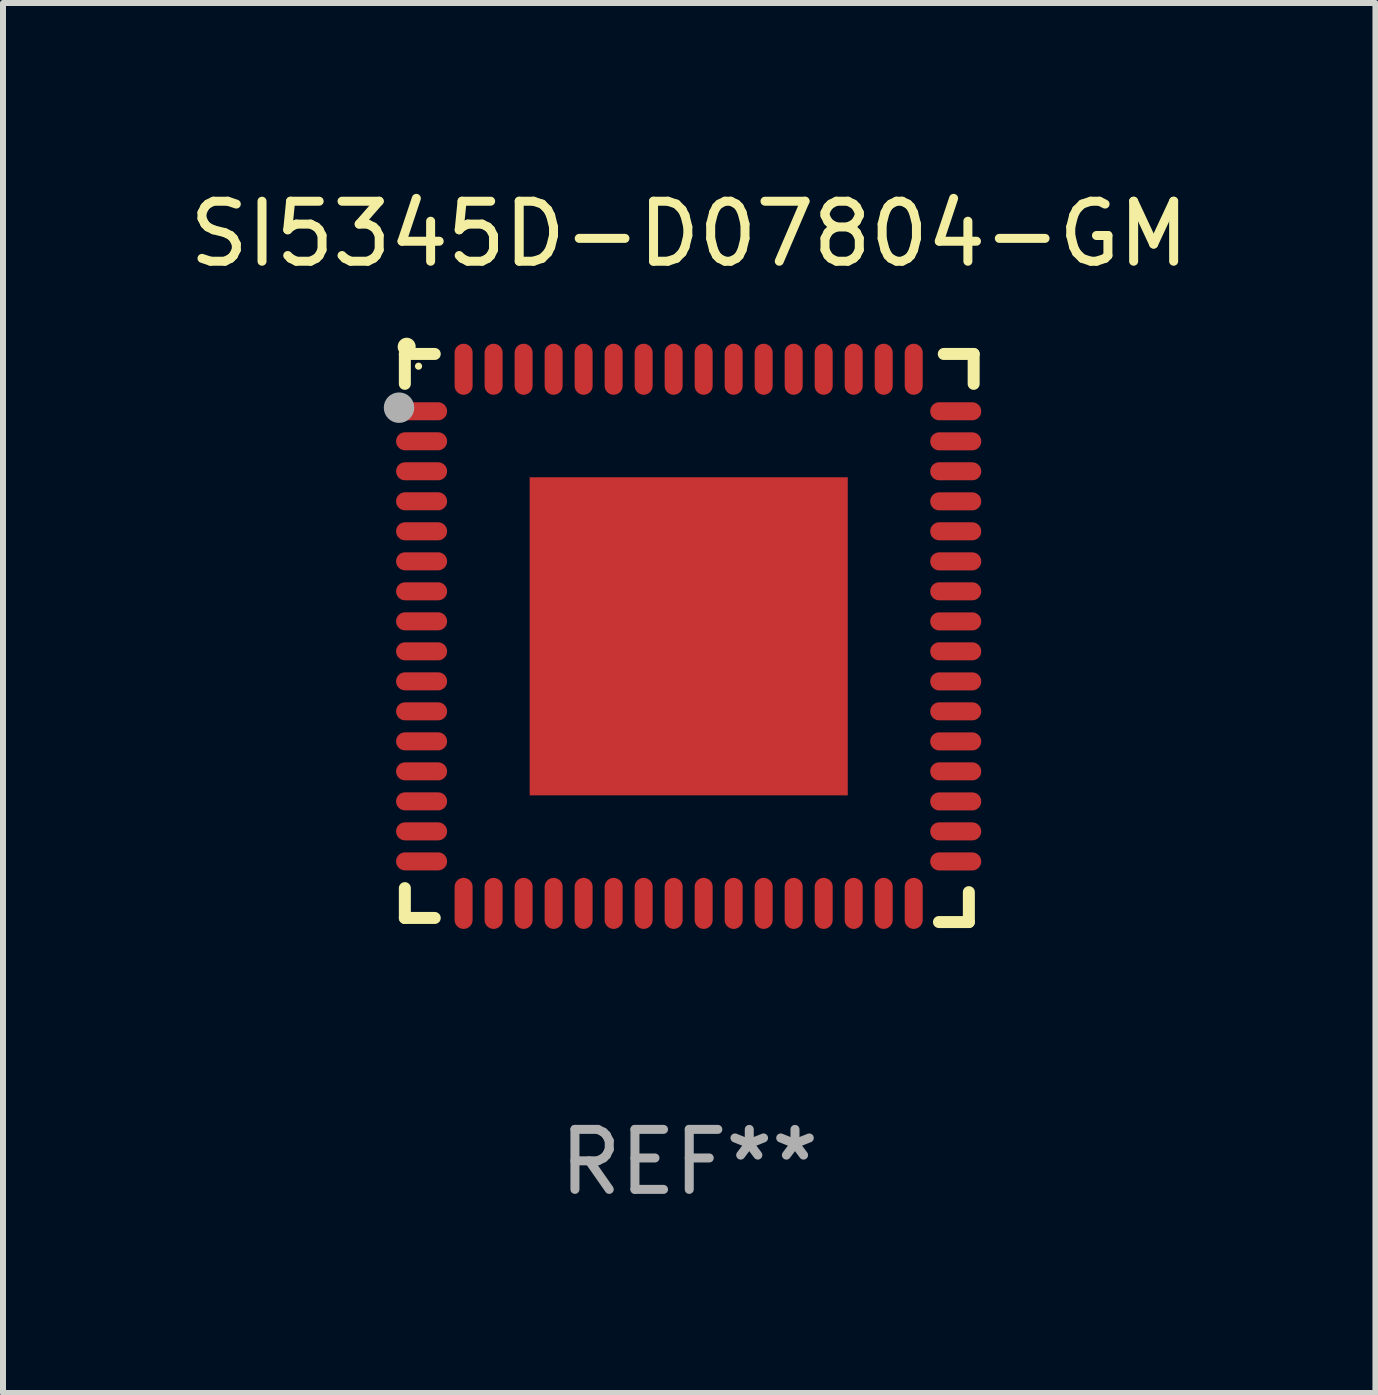
<source format=kicad_pcb>
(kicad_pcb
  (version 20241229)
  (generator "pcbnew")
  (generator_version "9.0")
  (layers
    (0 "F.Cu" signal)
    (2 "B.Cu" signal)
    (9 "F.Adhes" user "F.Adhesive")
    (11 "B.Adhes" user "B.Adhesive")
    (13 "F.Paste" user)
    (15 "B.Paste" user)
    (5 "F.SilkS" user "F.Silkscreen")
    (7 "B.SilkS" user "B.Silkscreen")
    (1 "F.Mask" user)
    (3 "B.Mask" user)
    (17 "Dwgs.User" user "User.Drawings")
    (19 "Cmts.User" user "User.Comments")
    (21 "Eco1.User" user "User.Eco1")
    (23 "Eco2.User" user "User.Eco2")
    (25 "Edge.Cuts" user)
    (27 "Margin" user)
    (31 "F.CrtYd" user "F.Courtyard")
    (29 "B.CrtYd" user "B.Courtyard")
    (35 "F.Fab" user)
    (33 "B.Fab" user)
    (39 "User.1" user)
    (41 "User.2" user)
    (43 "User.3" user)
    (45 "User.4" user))
  (footprint "SI5345D-D07804-GM"
    (layer "F.Cu")
    (at 8.435 7.581)
    (property "Reference" "SI5345D-D07804-GM" (at 0 -6.733 0) (layer "F.SilkS") (effects (font (size 1 1) (thickness 0.15))))
    (attr through_hole)
    (fp_line (start -4.739 -4.733) (end -4.241 -4.733) (stroke (width 0.2) (type solid)) (layer "F.SilkS"))
    (fp_line (start -4.739 -4.235) (end -4.739 -4.733) (stroke (width 0.2) (type solid)) (layer "F.SilkS"))
    (fp_line (start -4.739 4.168) (end -4.739 4.665) (stroke (width 0.2) (type solid)) (layer "F.SilkS"))
    (fp_line (start -4.739 4.665) (end -4.241 4.665) (stroke (width 0.2) (type solid)) (layer "F.SilkS"))
    (fp_line (start 4.161 4.733) (end 4.659 4.733) (stroke (width 0.2) (type solid)) (layer "F.SilkS"))
    (fp_line (start 4.241 -4.733) (end 4.739 -4.733) (stroke (width 0.2) (type solid)) (layer "F.SilkS"))
    (fp_line (start 4.659 4.733) (end 4.659 4.235) (stroke (width 0.2) (type solid)) (layer "F.SilkS"))
    (fp_line (start 4.739 -4.733) (end 4.739 -4.235) (stroke (width 0.2) (type solid)) (layer "F.SilkS"))
    (fp_arc (start -4.708623 -4.85108) (mid -4.708628 -4.85235) (end -4.708623 -4.85362) (stroke (width 0.3) (type solid)) (layer "F.SilkS"))
    (fp_circle (center -4.511 -4.529) (end -4.481 -4.529) (stroke (width 0.06) (type solid)) (fill no) (layer "F.SilkS"))
    (fp_circle (center -4.836 -3.838) (end -4.709 -3.838) (stroke (width 0.254) (type solid)) (fill no) (layer "F.Fab"))
    (fp_text user "REF**" (at 0 8.733 0) (layer "F.Fab") (effects (font (size 1 1) (thickness 0.15))))
    (pad "1" smd oval (at -4.46 -3.778) (size 0.85 0.3) (layers "F.Cu" "F.Mask" "F.Paste"))
    (pad "2" smd oval (at -4.46 -3.278) (size 0.85 0.3) (layers "F.Cu" "F.Mask" "F.Paste"))
    (pad "3" smd oval (at -4.46 -2.778) (size 0.85 0.3) (layers "F.Cu" "F.Mask" "F.Paste"))
    (pad "4" smd oval (at -4.46 -2.278) (size 0.85 0.3) (layers "F.Cu" "F.Mask" "F.Paste"))
    (pad "5" smd oval (at -4.46 -1.778) (size 0.85 0.3) (layers "F.Cu" "F.Mask" "F.Paste"))
    (pad "6" smd oval (at -4.46 -1.278) (size 0.85 0.3) (layers "F.Cu" "F.Mask" "F.Paste"))
    (pad "7" smd oval (at -4.46 -0.778) (size 0.85 0.3) (layers "F.Cu" "F.Mask" "F.Paste"))
    (pad "8" smd oval (at -4.46 -0.278) (size 0.85 0.3) (layers "F.Cu" "F.Mask" "F.Paste"))
    (pad "9" smd oval (at -4.46 0.222) (size 0.85 0.3) (layers "F.Cu" "F.Mask" "F.Paste"))
    (pad "10" smd oval (at -4.46 0.722) (size 0.85 0.3) (layers "F.Cu" "F.Mask" "F.Paste"))
    (pad "11" smd oval (at -4.46 1.222) (size 0.85 0.3) (layers "F.Cu" "F.Mask" "F.Paste"))
    (pad "12" smd oval (at -4.46 1.722) (size 0.85 0.3) (layers "F.Cu" "F.Mask" "F.Paste"))
    (pad "13" smd oval (at -4.46 2.222) (size 0.85 0.3) (layers "F.Cu" "F.Mask" "F.Paste"))
    (pad "14" smd oval (at -4.46 2.722) (size 0.85 0.3) (layers "F.Cu" "F.Mask" "F.Paste"))
    (pad "15" smd oval (at -4.46 3.222) (size 0.85 0.3) (layers "F.Cu" "F.Mask" "F.Paste"))
    (pad "16" smd oval (at -4.46 3.722) (size 0.85 0.3) (layers "F.Cu" "F.Mask" "F.Paste"))
    (pad "17" smd oval (at -3.76 4.422) (size 0.3 0.85) (layers "F.Cu" "F.Mask" "F.Paste"))
    (pad "18" smd oval (at -3.26 4.422) (size 0.3 0.85) (layers "F.Cu" "F.Mask" "F.Paste"))
    (pad "19" smd oval (at -2.76 4.422) (size 0.3 0.85) (layers "F.Cu" "F.Mask" "F.Paste"))
    (pad "20" smd oval (at -2.26 4.422) (size 0.3 0.85) (layers "F.Cu" "F.Mask" "F.Paste"))
    (pad "21" smd oval (at -1.76 4.422) (size 0.3 0.85) (layers "F.Cu" "F.Mask" "F.Paste"))
    (pad "22" smd oval (at -1.26 4.422) (size 0.3 0.85) (layers "F.Cu" "F.Mask" "F.Paste"))
    (pad "23" smd oval (at -0.76 4.422) (size 0.3 0.85) (layers "F.Cu" "F.Mask" "F.Paste"))
    (pad "24" smd oval (at -0.26 4.422) (size 0.3 0.85) (layers "F.Cu" "F.Mask" "F.Paste"))
    (pad "25" smd oval (at 0.24 4.422) (size 0.3 0.85) (layers "F.Cu" "F.Mask" "F.Paste"))
    (pad "26" smd oval (at 0.74 4.422) (size 0.3 0.85) (layers "F.Cu" "F.Mask" "F.Paste"))
    (pad "27" smd oval (at 1.24 4.422) (size 0.3 0.85) (layers "F.Cu" "F.Mask" "F.Paste"))
    (pad "28" smd oval (at 1.74 4.422) (size 0.3 0.85) (layers "F.Cu" "F.Mask" "F.Paste"))
    (pad "29" smd oval (at 2.24 4.422) (size 0.3 0.85) (layers "F.Cu" "F.Mask" "F.Paste"))
    (pad "30" smd oval (at 2.74 4.422) (size 0.3 0.85) (layers "F.Cu" "F.Mask" "F.Paste"))
    (pad "31" smd oval (at 3.24 4.422) (size 0.3 0.85) (layers "F.Cu" "F.Mask" "F.Paste"))
    (pad "32" smd oval (at 3.74 4.422) (size 0.3 0.85) (layers "F.Cu" "F.Mask" "F.Paste"))
    (pad "33" smd oval (at 4.44 3.723) (size 0.85 0.3) (layers "F.Cu" "F.Mask" "F.Paste"))
    (pad "34" smd oval (at 4.44 3.222) (size 0.85 0.3) (layers "F.Cu" "F.Mask" "F.Paste"))
    (pad "35" smd oval (at 4.44 2.723) (size 0.85 0.3) (layers "F.Cu" "F.Mask" "F.Paste"))
    (pad "36" smd oval (at 4.44 2.222) (size 0.85 0.3) (layers "F.Cu" "F.Mask" "F.Paste"))
    (pad "37" smd oval (at 4.44 1.723) (size 0.85 0.3) (layers "F.Cu" "F.Mask" "F.Paste"))
    (pad "38" smd oval (at 4.44 1.222) (size 0.85 0.3) (layers "F.Cu" "F.Mask" "F.Paste"))
    (pad "39" smd oval (at 4.44 0.723) (size 0.85 0.3) (layers "F.Cu" "F.Mask" "F.Paste"))
    (pad "40" smd oval (at 4.44 0.222) (size 0.85 0.3) (layers "F.Cu" "F.Mask" "F.Paste"))
    (pad "41" smd oval (at 4.44 -0.277) (size 0.85 0.3) (layers "F.Cu" "F.Mask" "F.Paste"))
    (pad "42" smd oval (at 4.44 -0.778) (size 0.85 0.3) (layers "F.Cu" "F.Mask" "F.Paste"))
    (pad "43" smd oval (at 4.44 -1.277) (size 0.85 0.3) (layers "F.Cu" "F.Mask" "F.Paste"))
    (pad "44" smd oval (at 4.44 -1.778) (size 0.85 0.3) (layers "F.Cu" "F.Mask" "F.Paste"))
    (pad "45" smd oval (at 4.44 -2.277) (size 0.85 0.3) (layers "F.Cu" "F.Mask" "F.Paste"))
    (pad "46" smd oval (at 4.44 -2.778) (size 0.85 0.3) (layers "F.Cu" "F.Mask" "F.Paste"))
    (pad "47" smd oval (at 4.44 -3.277) (size 0.85 0.3) (layers "F.Cu" "F.Mask" "F.Paste"))
    (pad "48" smd oval (at 4.44 -3.778) (size 0.85 0.3) (layers "F.Cu" "F.Mask" "F.Paste"))
    (pad "49" smd oval (at 3.74 -4.478) (size 0.3 0.85) (layers "F.Cu" "F.Mask" "F.Paste"))
    (pad "50" smd oval (at 3.24 -4.478) (size 0.3 0.85) (layers "F.Cu" "F.Mask" "F.Paste"))
    (pad "51" smd oval (at 2.74 -4.478) (size 0.3 0.85) (layers "F.Cu" "F.Mask" "F.Paste"))
    (pad "52" smd oval (at 2.24 -4.478) (size 0.3 0.85) (layers "F.Cu" "F.Mask" "F.Paste"))
    (pad "53" smd oval (at 1.74 -4.478) (size 0.3 0.85) (layers "F.Cu" "F.Mask" "F.Paste"))
    (pad "54" smd oval (at 1.24 -4.478) (size 0.3 0.85) (layers "F.Cu" "F.Mask" "F.Paste"))
    (pad "55" smd oval (at 0.74 -4.478) (size 0.3 0.85) (layers "F.Cu" "F.Mask" "F.Paste"))
    (pad "56" smd oval (at 0.24 -4.478) (size 0.3 0.85) (layers "F.Cu" "F.Mask" "F.Paste"))
    (pad "57" smd oval (at -0.26 -4.478) (size 0.3 0.85) (layers "F.Cu" "F.Mask" "F.Paste"))
    (pad "58" smd oval (at -0.76 -4.478) (size 0.3 0.85) (layers "F.Cu" "F.Mask" "F.Paste"))
    (pad "59" smd oval (at -1.26 -4.478) (size 0.3 0.85) (layers "F.Cu" "F.Mask" "F.Paste"))
    (pad "60" smd oval (at -1.76 -4.478) (size 0.3 0.85) (layers "F.Cu" "F.Mask" "F.Paste"))
    (pad "61" smd oval (at -2.26 -4.478) (size 0.3 0.85) (layers "F.Cu" "F.Mask" "F.Paste"))
    (pad "62" smd oval (at -2.76 -4.478) (size 0.3 0.85) (layers "F.Cu" "F.Mask" "F.Paste"))
    (pad "63" smd oval (at -3.26 -4.478) (size 0.3 0.85) (layers "F.Cu" "F.Mask" "F.Paste"))
    (pad "64" smd oval (at -3.76 -4.478) (size 0.3 0.85) (layers "F.Cu" "F.Mask" "F.Paste"))
    (pad "65" smd rect (at -0.009 -0.028 90) (size 5.3 5.3) (layers "F.Cu" "F.Mask" "F.Paste")))
  (gr_rect
    (start -3 -3)
    (end 19.869 20.162)
    (stroke (width 0.1) (type default))
    (fill no)
    (layer "Edge.Cuts")))
</source>
